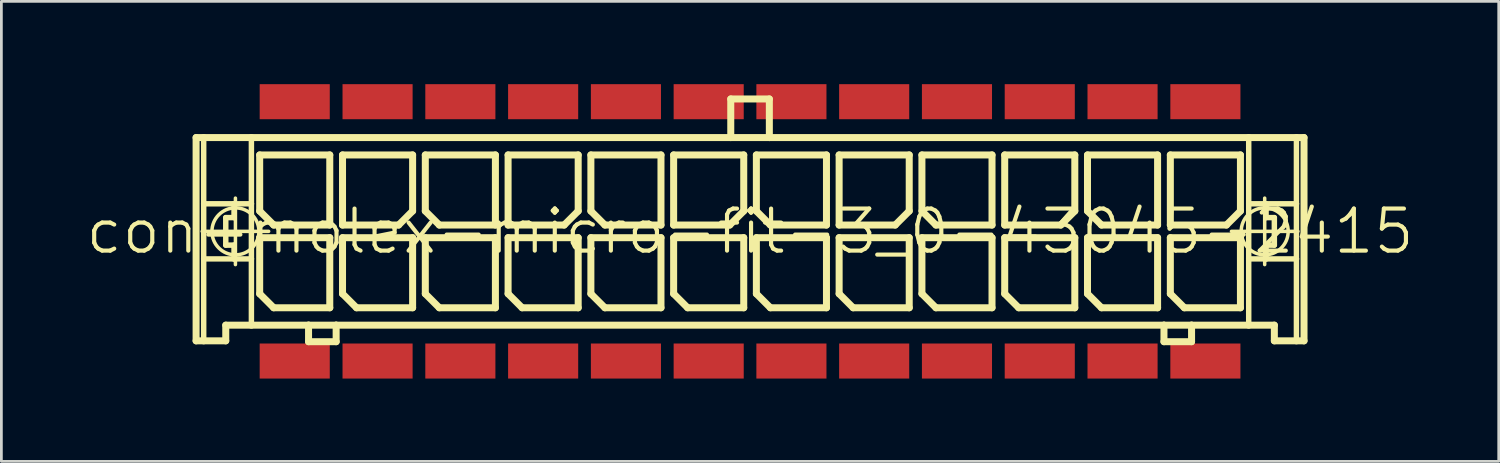
<source format=kicad_pcb>
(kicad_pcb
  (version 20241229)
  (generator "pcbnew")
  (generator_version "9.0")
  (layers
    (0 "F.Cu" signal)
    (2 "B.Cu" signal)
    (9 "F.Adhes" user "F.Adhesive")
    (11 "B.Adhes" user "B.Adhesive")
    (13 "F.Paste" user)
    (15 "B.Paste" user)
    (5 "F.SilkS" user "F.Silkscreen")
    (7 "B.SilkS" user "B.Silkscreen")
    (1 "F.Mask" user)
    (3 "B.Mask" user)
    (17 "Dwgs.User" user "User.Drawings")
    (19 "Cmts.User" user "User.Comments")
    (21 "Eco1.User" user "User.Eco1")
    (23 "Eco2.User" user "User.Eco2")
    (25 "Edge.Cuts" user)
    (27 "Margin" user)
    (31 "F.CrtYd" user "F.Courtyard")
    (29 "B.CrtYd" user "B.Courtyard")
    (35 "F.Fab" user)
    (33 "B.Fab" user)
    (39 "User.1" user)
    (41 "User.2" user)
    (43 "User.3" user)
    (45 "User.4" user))
  (footprint "con-molex-micro-fit-3_0-43045-2415"
    (layer "F.Cu")
    (at 24.13 5.334)
    (property "Reference" "con-molex-micro-fit-3_0-43045-2415" (at 0 0 0) (layer "F.SilkS") (effects (font (size 1.524 1.524) (thickness 0.15))))
    (attr smd)
    (fp_line (start -20.074 -3.399) (end -19.799 -3.399) (stroke (width 0.254) (type solid)) (layer "F.SilkS"))
    (fp_line (start -20.074 3.967) (end -20.074 -3.399) (stroke (width 0.254) (type solid)) (layer "F.SilkS"))
    (fp_line (start -19.853 0) (end -17.445 0) (stroke (width 0.127) (type solid)) (layer "F.SilkS"))
    (fp_line (start -19.799 -3.399) (end -18.07 -3.399) (stroke (width 0.254) (type solid)) (layer "F.SilkS"))
    (fp_line (start -19.799 -0.998) (end -19.799 -3.399) (stroke (width 0.198) (type solid)) (layer "F.SilkS"))
    (fp_line (start -19.799 0.998) (end -19.799 -0.998) (stroke (width 0.198) (type solid)) (layer "F.SilkS"))
    (fp_line (start -19.799 3.967) (end -20.074 3.967) (stroke (width 0.254) (type solid)) (layer "F.SilkS"))
    (fp_line (start -19.799 3.967) (end -19.799 0.998) (stroke (width 0.198) (type solid)) (layer "F.SilkS"))
    (fp_line (start -18.999 -0.498) (end -18.999 0.498) (stroke (width 0.198) (type solid)) (layer "F.SilkS"))
    (fp_line (start -18.999 0.498) (end -18.699 0.498) (stroke (width 0.198) (type solid)) (layer "F.SilkS"))
    (fp_line (start -18.999 3.399) (end -18.999 3.967) (stroke (width 0.254) (type solid)) (layer "F.SilkS"))
    (fp_line (start -18.999 3.967) (end -19.799 3.967) (stroke (width 0.254) (type solid)) (layer "F.SilkS"))
    (fp_line (start -18.699 -0.998) (end -19.799 -0.998) (stroke (width 0.198) (type solid)) (layer "F.SilkS"))
    (fp_line (start -18.699 -0.998) (end -18.699 -0.498) (stroke (width 0.198) (type solid)) (layer "F.SilkS"))
    (fp_line (start -18.699 -0.498) (end -18.999 -0.498) (stroke (width 0.198) (type solid)) (layer "F.SilkS"))
    (fp_line (start -18.699 0.498) (end -18.699 0.998) (stroke (width 0.198) (type solid)) (layer "F.SilkS"))
    (fp_line (start -18.699 0.998) (end -19.799 0.998) (stroke (width 0.198) (type solid)) (layer "F.SilkS"))
    (fp_line (start -18.649 1.204) (end -18.649 -1.204) (stroke (width 0.127) (type solid)) (layer "F.SilkS"))
    (fp_line (start -18.07 -3.399) (end -0.699 -3.399) (stroke (width 0.254) (type solid)) (layer "F.SilkS"))
    (fp_line (start -18.07 -0.998) (end -18.699 -0.998) (stroke (width 0.198) (type solid)) (layer "F.SilkS"))
    (fp_line (start -18.07 -0.998) (end -18.07 -3.399) (stroke (width 0.198) (type solid)) (layer "F.SilkS"))
    (fp_line (start -18.07 0.998) (end -18.699 0.998) (stroke (width 0.198) (type solid)) (layer "F.SilkS"))
    (fp_line (start -18.07 0.998) (end -18.07 -0.998) (stroke (width 0.198) (type solid)) (layer "F.SilkS"))
    (fp_line (start -18.07 3.399) (end -18.999 3.399) (stroke (width 0.254) (type solid)) (layer "F.SilkS"))
    (fp_line (start -18.07 3.399) (end -18.07 0.998) (stroke (width 0.198) (type solid)) (layer "F.SilkS"))
    (fp_line (start -17.77 -2.769) (end -15.23 -2.769) (stroke (width 0.254) (type solid)) (layer "F.SilkS"))
    (fp_line (start -17.77 -0.737) (end -17.77 -2.769) (stroke (width 0.254) (type solid)) (layer "F.SilkS"))
    (fp_line (start -17.77 0.229) (end -15.23 0.229) (stroke (width 0.254) (type solid)) (layer "F.SilkS"))
    (fp_line (start -17.77 2.261) (end -17.77 0.229) (stroke (width 0.254) (type solid)) (layer "F.SilkS"))
    (fp_line (start -17.262 -0.229) (end -17.77 -0.737) (stroke (width 0.254) (type solid)) (layer "F.SilkS"))
    (fp_line (start -17.262 2.769) (end -17.77 2.261) (stroke (width 0.254) (type solid)) (layer "F.SilkS"))
    (fp_line (start -15.999 3.399) (end -18.07 3.399) (stroke (width 0.254) (type solid)) (layer "F.SilkS"))
    (fp_line (start -15.999 3.399) (end -15.999 3.998) (stroke (width 0.254) (type solid)) (layer "F.SilkS"))
    (fp_line (start -15.999 3.998) (end -14.999 3.998) (stroke (width 0.254) (type solid)) (layer "F.SilkS"))
    (fp_line (start -15.23 -2.769) (end -15.23 -0.229) (stroke (width 0.254) (type solid)) (layer "F.SilkS"))
    (fp_line (start -15.23 -0.229) (end -17.262 -0.229) (stroke (width 0.254) (type solid)) (layer "F.SilkS"))
    (fp_line (start -15.23 0.229) (end -15.23 2.769) (stroke (width 0.254) (type solid)) (layer "F.SilkS"))
    (fp_line (start -15.23 2.769) (end -17.262 2.769) (stroke (width 0.254) (type solid)) (layer "F.SilkS"))
    (fp_line (start -14.999 3.399) (end -15.999 3.399) (stroke (width 0.254) (type solid)) (layer "F.SilkS"))
    (fp_line (start -14.999 3.998) (end -14.999 3.399) (stroke (width 0.254) (type solid)) (layer "F.SilkS"))
    (fp_line (start -14.768 -2.769) (end -14.768 -0.229) (stroke (width 0.254) (type solid)) (layer "F.SilkS"))
    (fp_line (start -14.768 -0.229) (end -12.736 -0.229) (stroke (width 0.254) (type solid)) (layer "F.SilkS"))
    (fp_line (start -14.768 0.229) (end -12.228 0.229) (stroke (width 0.254) (type solid)) (layer "F.SilkS"))
    (fp_line (start -14.768 2.261) (end -14.768 0.229) (stroke (width 0.254) (type solid)) (layer "F.SilkS"))
    (fp_line (start -14.26 2.769) (end -14.768 2.261) (stroke (width 0.254) (type solid)) (layer "F.SilkS"))
    (fp_line (start -12.736 -0.229) (end -12.228 -0.737) (stroke (width 0.254) (type solid)) (layer "F.SilkS"))
    (fp_line (start -12.228 -2.769) (end -14.768 -2.769) (stroke (width 0.254) (type solid)) (layer "F.SilkS"))
    (fp_line (start -12.228 -0.737) (end -12.228 -2.769) (stroke (width 0.254) (type solid)) (layer "F.SilkS"))
    (fp_line (start -12.228 0.229) (end -12.228 2.769) (stroke (width 0.254) (type solid)) (layer "F.SilkS"))
    (fp_line (start -12.228 2.769) (end -14.26 2.769) (stroke (width 0.254) (type solid)) (layer "F.SilkS"))
    (fp_line (start -11.768 -2.769) (end -9.228 -2.769) (stroke (width 0.254) (type solid)) (layer "F.SilkS"))
    (fp_line (start -11.768 -0.737) (end -11.768 -2.769) (stroke (width 0.254) (type solid)) (layer "F.SilkS"))
    (fp_line (start -11.768 0.229) (end -9.228 0.229) (stroke (width 0.254) (type solid)) (layer "F.SilkS"))
    (fp_line (start -11.768 2.261) (end -11.768 0.229) (stroke (width 0.254) (type solid)) (layer "F.SilkS"))
    (fp_line (start -11.26 -0.229) (end -11.768 -0.737) (stroke (width 0.254) (type solid)) (layer "F.SilkS"))
    (fp_line (start -11.26 2.769) (end -11.768 2.261) (stroke (width 0.254) (type solid)) (layer "F.SilkS"))
    (fp_line (start -9.228 -2.769) (end -9.228 -0.229) (stroke (width 0.254) (type solid)) (layer "F.SilkS"))
    (fp_line (start -9.228 -0.229) (end -11.26 -0.229) (stroke (width 0.254) (type solid)) (layer "F.SilkS"))
    (fp_line (start -9.228 0.229) (end -9.228 2.769) (stroke (width 0.254) (type solid)) (layer "F.SilkS"))
    (fp_line (start -9.228 2.769) (end -11.26 2.769) (stroke (width 0.254) (type solid)) (layer "F.SilkS"))
    (fp_line (start -8.768 -2.769) (end -8.768 -0.229) (stroke (width 0.254) (type solid)) (layer "F.SilkS"))
    (fp_line (start -8.768 -0.229) (end -6.736 -0.229) (stroke (width 0.254) (type solid)) (layer "F.SilkS"))
    (fp_line (start -8.768 0.229) (end -6.228 0.229) (stroke (width 0.254) (type solid)) (layer "F.SilkS"))
    (fp_line (start -8.768 2.261) (end -8.768 0.229) (stroke (width 0.254) (type solid)) (layer "F.SilkS"))
    (fp_line (start -8.26 2.769) (end -8.768 2.261) (stroke (width 0.254) (type solid)) (layer "F.SilkS"))
    (fp_line (start -6.736 -0.229) (end -6.228 -0.737) (stroke (width 0.254) (type solid)) (layer "F.SilkS"))
    (fp_line (start -6.228 -2.769) (end -8.768 -2.769) (stroke (width 0.254) (type solid)) (layer "F.SilkS"))
    (fp_line (start -6.228 -0.737) (end -6.228 -2.769) (stroke (width 0.254) (type solid)) (layer "F.SilkS"))
    (fp_line (start -6.228 0.229) (end -6.228 2.769) (stroke (width 0.254) (type solid)) (layer "F.SilkS"))
    (fp_line (start -6.228 2.769) (end -8.26 2.769) (stroke (width 0.254) (type solid)) (layer "F.SilkS"))
    (fp_line (start -5.768 -2.769) (end -3.228 -2.769) (stroke (width 0.254) (type solid)) (layer "F.SilkS"))
    (fp_line (start -5.768 -0.737) (end -5.768 -2.769) (stroke (width 0.254) (type solid)) (layer "F.SilkS"))
    (fp_line (start -5.768 0.229) (end -3.228 0.229) (stroke (width 0.254) (type solid)) (layer "F.SilkS"))
    (fp_line (start -5.768 2.261) (end -5.768 0.229) (stroke (width 0.254) (type solid)) (layer "F.SilkS"))
    (fp_line (start -5.26 -0.229) (end -5.768 -0.737) (stroke (width 0.254) (type solid)) (layer "F.SilkS"))
    (fp_line (start -5.26 2.769) (end -5.768 2.261) (stroke (width 0.254) (type solid)) (layer "F.SilkS"))
    (fp_line (start -3.228 -2.769) (end -3.228 -0.229) (stroke (width 0.254) (type solid)) (layer "F.SilkS"))
    (fp_line (start -3.228 -0.229) (end -5.26 -0.229) (stroke (width 0.254) (type solid)) (layer "F.SilkS"))
    (fp_line (start -3.228 0.229) (end -3.228 2.769) (stroke (width 0.254) (type solid)) (layer "F.SilkS"))
    (fp_line (start -3.228 2.769) (end -5.26 2.769) (stroke (width 0.254) (type solid)) (layer "F.SilkS"))
    (fp_line (start -2.769 -2.769) (end -2.769 -0.229) (stroke (width 0.254) (type solid)) (layer "F.SilkS"))
    (fp_line (start -2.769 -0.229) (end -0.737 -0.229) (stroke (width 0.254) (type solid)) (layer "F.SilkS"))
    (fp_line (start -2.769 0.229) (end -0.229 0.229) (stroke (width 0.254) (type solid)) (layer "F.SilkS"))
    (fp_line (start -2.769 2.261) (end -2.769 0.229) (stroke (width 0.254) (type solid)) (layer "F.SilkS"))
    (fp_line (start -2.261 2.769) (end -2.769 2.261) (stroke (width 0.254) (type solid)) (layer "F.SilkS"))
    (fp_line (start -0.737 -0.229) (end -0.229 -0.737) (stroke (width 0.254) (type solid)) (layer "F.SilkS"))
    (fp_line (start -0.699 -4.798) (end -0.699 -3.399) (stroke (width 0.254) (type solid)) (layer "F.SilkS"))
    (fp_line (start -0.699 -4.798) (end 0.699 -4.798) (stroke (width 0.254) (type solid)) (layer "F.SilkS"))
    (fp_line (start -0.699 -3.399) (end 0.699 -3.399) (stroke (width 0.254) (type solid)) (layer "F.SilkS"))
    (fp_line (start -0.229 -2.769) (end -2.769 -2.769) (stroke (width 0.254) (type solid)) (layer "F.SilkS"))
    (fp_line (start -0.229 -0.737) (end -0.229 -2.769) (stroke (width 0.254) (type solid)) (layer "F.SilkS"))
    (fp_line (start -0.229 0.229) (end -0.229 2.769) (stroke (width 0.254) (type solid)) (layer "F.SilkS"))
    (fp_line (start -0.229 2.769) (end -2.261 2.769) (stroke (width 0.254) (type solid)) (layer "F.SilkS"))
    (fp_line (start 0.229 -2.769) (end 2.769 -2.769) (stroke (width 0.254) (type solid)) (layer "F.SilkS"))
    (fp_line (start 0.229 -0.737) (end 0.229 -2.769) (stroke (width 0.254) (type solid)) (layer "F.SilkS"))
    (fp_line (start 0.229 0.229) (end 2.769 0.229) (stroke (width 0.254) (type solid)) (layer "F.SilkS"))
    (fp_line (start 0.229 2.261) (end 0.229 0.229) (stroke (width 0.254) (type solid)) (layer "F.SilkS"))
    (fp_line (start 0.699 -4.798) (end 0.699 -3.399) (stroke (width 0.254) (type solid)) (layer "F.SilkS"))
    (fp_line (start 0.699 -3.399) (end 18.07 -3.399) (stroke (width 0.254) (type solid)) (layer "F.SilkS"))
    (fp_line (start 0.737 -0.229) (end 0.229 -0.737) (stroke (width 0.254) (type solid)) (layer "F.SilkS"))
    (fp_line (start 0.737 2.769) (end 0.229 2.261) (stroke (width 0.254) (type solid)) (layer "F.SilkS"))
    (fp_line (start 2.769 -2.769) (end 2.769 -0.229) (stroke (width 0.254) (type solid)) (layer "F.SilkS"))
    (fp_line (start 2.769 -0.229) (end 0.737 -0.229) (stroke (width 0.254) (type solid)) (layer "F.SilkS"))
    (fp_line (start 2.769 0.229) (end 2.769 2.769) (stroke (width 0.254) (type solid)) (layer "F.SilkS"))
    (fp_line (start 2.769 2.769) (end 0.737 2.769) (stroke (width 0.254) (type solid)) (layer "F.SilkS"))
    (fp_line (start 3.228 -2.769) (end 3.228 -0.229) (stroke (width 0.254) (type solid)) (layer "F.SilkS"))
    (fp_line (start 3.228 -0.229) (end 5.26 -0.229) (stroke (width 0.254) (type solid)) (layer "F.SilkS"))
    (fp_line (start 3.228 0.229) (end 5.768 0.229) (stroke (width 0.254) (type solid)) (layer "F.SilkS"))
    (fp_line (start 3.228 2.261) (end 3.228 0.229) (stroke (width 0.254) (type solid)) (layer "F.SilkS"))
    (fp_line (start 3.736 2.769) (end 3.228 2.261) (stroke (width 0.254) (type solid)) (layer "F.SilkS"))
    (fp_line (start 5.26 -0.229) (end 5.768 -0.737) (stroke (width 0.254) (type solid)) (layer "F.SilkS"))
    (fp_line (start 5.768 -2.769) (end 3.228 -2.769) (stroke (width 0.254) (type solid)) (layer "F.SilkS"))
    (fp_line (start 5.768 -0.737) (end 5.768 -2.769) (stroke (width 0.254) (type solid)) (layer "F.SilkS"))
    (fp_line (start 5.768 0.229) (end 5.768 2.769) (stroke (width 0.254) (type solid)) (layer "F.SilkS"))
    (fp_line (start 5.768 2.769) (end 3.736 2.769) (stroke (width 0.254) (type solid)) (layer "F.SilkS"))
    (fp_line (start 6.228 -2.769) (end 8.768 -2.769) (stroke (width 0.254) (type solid)) (layer "F.SilkS"))
    (fp_line (start 6.228 -0.737) (end 6.228 -2.769) (stroke (width 0.254) (type solid)) (layer "F.SilkS"))
    (fp_line (start 6.228 0.229) (end 8.768 0.229) (stroke (width 0.254) (type solid)) (layer "F.SilkS"))
    (fp_line (start 6.228 2.261) (end 6.228 0.229) (stroke (width 0.254) (type solid)) (layer "F.SilkS"))
    (fp_line (start 6.736 -0.229) (end 6.228 -0.737) (stroke (width 0.254) (type solid)) (layer "F.SilkS"))
    (fp_line (start 6.736 2.769) (end 6.228 2.261) (stroke (width 0.254) (type solid)) (layer "F.SilkS"))
    (fp_line (start 8.768 -2.769) (end 8.768 -0.229) (stroke (width 0.254) (type solid)) (layer "F.SilkS"))
    (fp_line (start 8.768 -0.229) (end 6.736 -0.229) (stroke (width 0.254) (type solid)) (layer "F.SilkS"))
    (fp_line (start 8.768 0.229) (end 8.768 2.769) (stroke (width 0.254) (type solid)) (layer "F.SilkS"))
    (fp_line (start 8.768 2.769) (end 6.736 2.769) (stroke (width 0.254) (type solid)) (layer "F.SilkS"))
    (fp_line (start 9.228 -2.769) (end 9.228 -0.229) (stroke (width 0.254) (type solid)) (layer "F.SilkS"))
    (fp_line (start 9.228 -0.229) (end 11.26 -0.229) (stroke (width 0.254) (type solid)) (layer "F.SilkS"))
    (fp_line (start 9.228 0.229) (end 11.768 0.229) (stroke (width 0.254) (type solid)) (layer "F.SilkS"))
    (fp_line (start 9.228 2.261) (end 9.228 0.229) (stroke (width 0.254) (type solid)) (layer "F.SilkS"))
    (fp_line (start 9.736 2.769) (end 9.228 2.261) (stroke (width 0.254) (type solid)) (layer "F.SilkS"))
    (fp_line (start 11.26 -0.229) (end 11.768 -0.737) (stroke (width 0.254) (type solid)) (layer "F.SilkS"))
    (fp_line (start 11.768 -2.769) (end 9.228 -2.769) (stroke (width 0.254) (type solid)) (layer "F.SilkS"))
    (fp_line (start 11.768 -0.737) (end 11.768 -2.769) (stroke (width 0.254) (type solid)) (layer "F.SilkS"))
    (fp_line (start 11.768 0.229) (end 11.768 2.769) (stroke (width 0.254) (type solid)) (layer "F.SilkS"))
    (fp_line (start 11.768 2.769) (end 9.736 2.769) (stroke (width 0.254) (type solid)) (layer "F.SilkS"))
    (fp_line (start 12.228 -2.769) (end 14.768 -2.769) (stroke (width 0.254) (type solid)) (layer "F.SilkS"))
    (fp_line (start 12.228 -0.737) (end 12.228 -2.769) (stroke (width 0.254) (type solid)) (layer "F.SilkS"))
    (fp_line (start 12.228 0.229) (end 14.768 0.229) (stroke (width 0.254) (type solid)) (layer "F.SilkS"))
    (fp_line (start 12.228 2.261) (end 12.228 0.229) (stroke (width 0.254) (type solid)) (layer "F.SilkS"))
    (fp_line (start 12.736 -0.229) (end 12.228 -0.737) (stroke (width 0.254) (type solid)) (layer "F.SilkS"))
    (fp_line (start 12.736 2.769) (end 12.228 2.261) (stroke (width 0.254) (type solid)) (layer "F.SilkS"))
    (fp_line (start 14.768 -2.769) (end 14.768 -0.229) (stroke (width 0.254) (type solid)) (layer "F.SilkS"))
    (fp_line (start 14.768 -0.229) (end 12.736 -0.229) (stroke (width 0.254) (type solid)) (layer "F.SilkS"))
    (fp_line (start 14.768 0.229) (end 14.768 2.769) (stroke (width 0.254) (type solid)) (layer "F.SilkS"))
    (fp_line (start 14.768 2.769) (end 12.736 2.769) (stroke (width 0.254) (type solid)) (layer "F.SilkS"))
    (fp_line (start 14.999 3.399) (end -14.999 3.399) (stroke (width 0.254) (type solid)) (layer "F.SilkS"))
    (fp_line (start 14.999 3.399) (end 14.999 3.998) (stroke (width 0.254) (type solid)) (layer "F.SilkS"))
    (fp_line (start 14.999 3.998) (end 15.999 3.998) (stroke (width 0.254) (type solid)) (layer "F.SilkS"))
    (fp_line (start 15.23 -2.769) (end 15.23 -0.229) (stroke (width 0.254) (type solid)) (layer "F.SilkS"))
    (fp_line (start 15.23 -0.229) (end 17.262 -0.229) (stroke (width 0.254) (type solid)) (layer "F.SilkS"))
    (fp_line (start 15.23 0.229) (end 17.77 0.229) (stroke (width 0.254) (type solid)) (layer "F.SilkS"))
    (fp_line (start 15.23 2.261) (end 15.23 0.229) (stroke (width 0.254) (type solid)) (layer "F.SilkS"))
    (fp_line (start 15.738 2.769) (end 15.23 2.261) (stroke (width 0.254) (type solid)) (layer "F.SilkS"))
    (fp_line (start 15.999 3.399) (end 14.999 3.399) (stroke (width 0.254) (type solid)) (layer "F.SilkS"))
    (fp_line (start 15.999 3.998) (end 15.999 3.399) (stroke (width 0.254) (type solid)) (layer "F.SilkS"))
    (fp_line (start 17.262 -0.229) (end 17.77 -0.737) (stroke (width 0.254) (type solid)) (layer "F.SilkS"))
    (fp_line (start 17.445 0) (end 19.853 0) (stroke (width 0.127) (type solid)) (layer "F.SilkS"))
    (fp_line (start 17.77 -2.769) (end 15.23 -2.769) (stroke (width 0.254) (type solid)) (layer "F.SilkS"))
    (fp_line (start 17.77 -0.737) (end 17.77 -2.769) (stroke (width 0.254) (type solid)) (layer "F.SilkS"))
    (fp_line (start 17.77 0.229) (end 17.77 2.769) (stroke (width 0.254) (type solid)) (layer "F.SilkS"))
    (fp_line (start 17.77 2.769) (end 15.738 2.769) (stroke (width 0.254) (type solid)) (layer "F.SilkS"))
    (fp_line (start 18.07 -3.399) (end 18.07 -0.998) (stroke (width 0.198) (type solid)) (layer "F.SilkS"))
    (fp_line (start 18.07 -3.399) (end 19.799 -3.399) (stroke (width 0.254) (type solid)) (layer "F.SilkS"))
    (fp_line (start 18.07 -0.998) (end 18.07 0.998) (stroke (width 0.198) (type solid)) (layer "F.SilkS"))
    (fp_line (start 18.07 -0.998) (end 18.699 -0.998) (stroke (width 0.198) (type solid)) (layer "F.SilkS"))
    (fp_line (start 18.07 0.998) (end 18.07 3.399) (stroke (width 0.198) (type solid)) (layer "F.SilkS"))
    (fp_line (start 18.07 0.998) (end 18.699 0.998) (stroke (width 0.198) (type solid)) (layer "F.SilkS"))
    (fp_line (start 18.07 3.399) (end 15.999 3.399) (stroke (width 0.254) (type solid)) (layer "F.SilkS"))
    (fp_line (start 18.649 1.204) (end 18.649 -1.204) (stroke (width 0.127) (type solid)) (layer "F.SilkS"))
    (fp_line (start 18.699 -0.998) (end 18.699 -0.498) (stroke (width 0.198) (type solid)) (layer "F.SilkS"))
    (fp_line (start 18.699 -0.998) (end 19.799 -0.998) (stroke (width 0.198) (type solid)) (layer "F.SilkS"))
    (fp_line (start 18.699 -0.498) (end 18.999 -0.498) (stroke (width 0.198) (type solid)) (layer "F.SilkS"))
    (fp_line (start 18.699 0.498) (end 18.699 0.998) (stroke (width 0.198) (type solid)) (layer "F.SilkS"))
    (fp_line (start 18.699 0.998) (end 19.799 0.998) (stroke (width 0.198) (type solid)) (layer "F.SilkS"))
    (fp_line (start 18.999 -0.498) (end 18.999 0.498) (stroke (width 0.198) (type solid)) (layer "F.SilkS"))
    (fp_line (start 18.999 0.498) (end 18.699 0.498) (stroke (width 0.198) (type solid)) (layer "F.SilkS"))
    (fp_line (start 18.999 3.399) (end 18.07 3.399) (stroke (width 0.254) (type solid)) (layer "F.SilkS"))
    (fp_line (start 18.999 3.967) (end 18.999 3.399) (stroke (width 0.254) (type solid)) (layer "F.SilkS"))
    (fp_line (start 18.999 3.967) (end 19.799 3.967) (stroke (width 0.254) (type solid)) (layer "F.SilkS"))
    (fp_line (start 19.799 -3.399) (end 20.074 -3.399) (stroke (width 0.254) (type solid)) (layer "F.SilkS"))
    (fp_line (start 19.799 -0.998) (end 19.799 -3.399) (stroke (width 0.198) (type solid)) (layer "F.SilkS"))
    (fp_line (start 19.799 0.998) (end 19.799 -0.998) (stroke (width 0.198) (type solid)) (layer "F.SilkS"))
    (fp_line (start 19.799 3.967) (end 19.799 0.998) (stroke (width 0.198) (type solid)) (layer "F.SilkS"))
    (fp_line (start 19.799 3.967) (end 20.074 3.967) (stroke (width 0.254) (type solid)) (layer "F.SilkS"))
    (fp_line (start 20.074 -3.399) (end 20.074 3.967) (stroke (width 0.254) (type solid)) (layer "F.SilkS"))
    (fp_circle (center -18.649 0) (end -19.251 0.602) (stroke (width 0.127) (type solid)) (fill no) (layer "F.SilkS"))
    (fp_circle (center 18.649 0) (end 19.251 0.602) (stroke (width 0.127) (type solid)) (fill no) (layer "F.SilkS"))
    (pad "P$1" smd rect (at 16.5 4.699) (size 2.54 1.27) (layers "F.Cu" "F.Mask" "F.Paste"))
    (pad "P$2" smd rect (at 13.498 4.699) (size 2.54 1.27) (layers "F.Cu" "F.Mask" "F.Paste"))
    (pad "P$3" smd rect (at 10.498 4.699) (size 2.54 1.27) (layers "F.Cu" "F.Mask" "F.Paste"))
    (pad "P$4" smd rect (at 7.498 4.699) (size 2.54 1.27) (layers "F.Cu" "F.Mask" "F.Paste"))
    (pad "P$5" smd rect (at 4.498 4.699) (size 2.54 1.27) (layers "F.Cu" "F.Mask" "F.Paste"))
    (pad "P$6" smd rect (at 1.499 4.699) (size 2.54 1.27) (layers "F.Cu" "F.Mask" "F.Paste"))
    (pad "P$7" smd rect (at -1.499 4.699) (size 2.54 1.27) (layers "F.Cu" "F.Mask" "F.Paste"))
    (pad "P$8" smd rect (at -4.498 4.699) (size 2.54 1.27) (layers "F.Cu" "F.Mask" "F.Paste"))
    (pad "P$9" smd rect (at -7.498 4.699) (size 2.54 1.27) (layers "F.Cu" "F.Mask" "F.Paste"))
    (pad "P$10" smd rect (at -10.498 4.699) (size 2.54 1.27) (layers "F.Cu" "F.Mask" "F.Paste"))
    (pad "P$11" smd rect (at -13.498 4.699) (size 2.54 1.27) (layers "F.Cu" "F.Mask" "F.Paste"))
    (pad "P$12" smd rect (at -16.5 4.699) (size 2.54 1.27) (layers "F.Cu" "F.Mask" "F.Paste"))
    (pad "P$13" smd rect (at 16.5 -4.699) (size 2.54 1.27) (layers "F.Cu" "F.Mask" "F.Paste"))
    (pad "P$14" smd rect (at 13.498 -4.699) (size 2.54 1.27) (layers "F.Cu" "F.Mask" "F.Paste"))
    (pad "P$15" smd rect (at 10.498 -4.699) (size 2.54 1.27) (layers "F.Cu" "F.Mask" "F.Paste"))
    (pad "P$16" smd rect (at 7.498 -4.699) (size 2.54 1.27) (layers "F.Cu" "F.Mask" "F.Paste"))
    (pad "P$17" smd rect (at 4.498 -4.699) (size 2.54 1.27) (layers "F.Cu" "F.Mask" "F.Paste"))
    (pad "P$18" smd rect (at 1.499 -4.699) (size 2.54 1.27) (layers "F.Cu" "F.Mask" "F.Paste"))
    (pad "P$19" smd rect (at -1.499 -4.699) (size 2.54 1.27) (layers "F.Cu" "F.Mask" "F.Paste"))
    (pad "P$20" smd rect (at -4.498 -4.699) (size 2.54 1.27) (layers "F.Cu" "F.Mask" "F.Paste"))
    (pad "P$21" smd rect (at -7.498 -4.699) (size 2.54 1.27) (layers "F.Cu" "F.Mask" "F.Paste"))
    (pad "P$22" smd rect (at -10.498 -4.699) (size 2.54 1.27) (layers "F.Cu" "F.Mask" "F.Paste"))
    (pad "P$23" smd rect (at -13.498 -4.699) (size 2.54 1.27) (layers "F.Cu" "F.Mask" "F.Paste"))
    (pad "P$24" smd rect (at -16.5 -4.699) (size 2.54 1.27) (layers "F.Cu" "F.Mask" "F.Paste")))
  (gr_rect
    (start -3 -3)
    (end 51.26 13.668)
    (stroke (width 0.1) (type default))
    (fill no)
    (layer "Edge.Cuts")))
</source>
